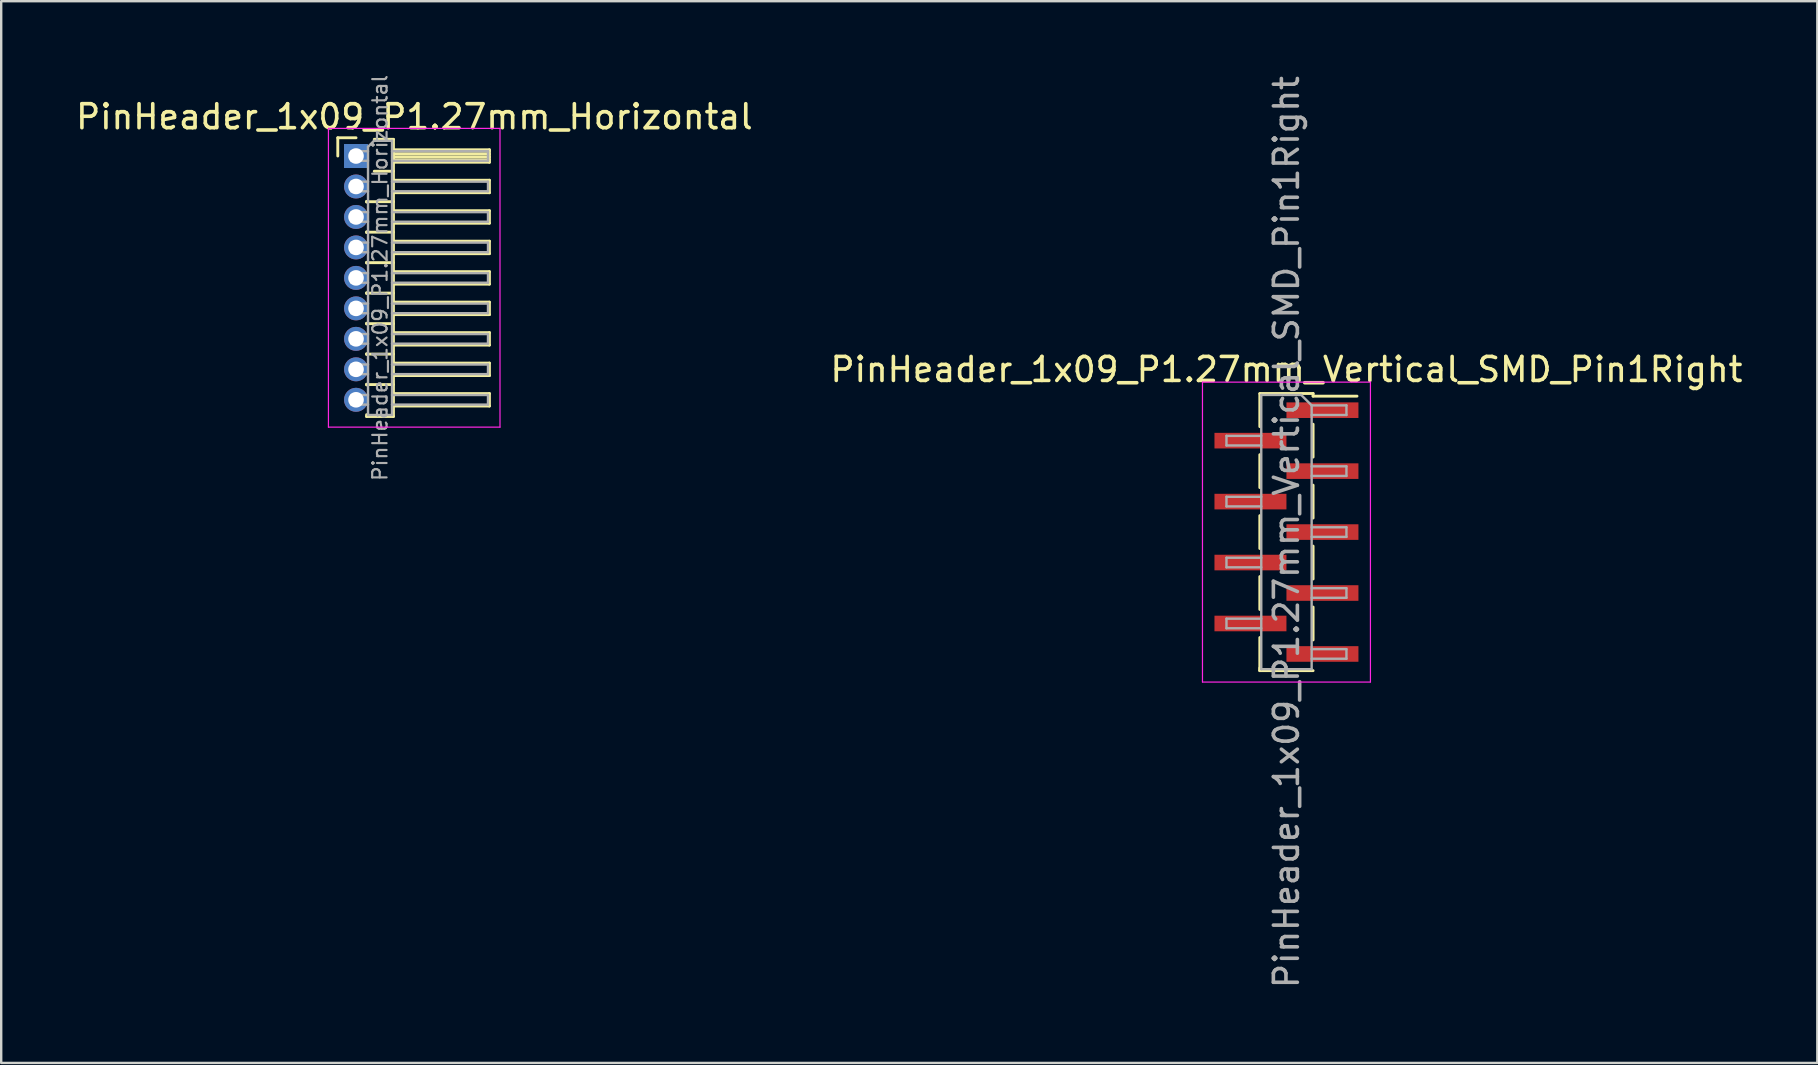
<source format=kicad_pcb>
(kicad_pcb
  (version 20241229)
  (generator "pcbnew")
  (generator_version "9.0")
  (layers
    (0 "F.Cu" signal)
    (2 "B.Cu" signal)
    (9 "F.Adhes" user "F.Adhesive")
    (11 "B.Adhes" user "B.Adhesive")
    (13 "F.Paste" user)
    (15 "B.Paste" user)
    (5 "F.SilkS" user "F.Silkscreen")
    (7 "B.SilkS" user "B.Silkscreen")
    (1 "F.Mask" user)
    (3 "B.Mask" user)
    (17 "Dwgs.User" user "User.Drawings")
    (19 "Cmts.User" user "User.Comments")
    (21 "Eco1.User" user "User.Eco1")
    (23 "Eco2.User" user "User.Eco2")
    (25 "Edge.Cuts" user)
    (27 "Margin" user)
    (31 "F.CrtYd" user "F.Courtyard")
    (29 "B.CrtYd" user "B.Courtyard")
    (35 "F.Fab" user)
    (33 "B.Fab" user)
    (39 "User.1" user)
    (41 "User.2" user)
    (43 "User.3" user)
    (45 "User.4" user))
  (footprint "PinHeader_1x09_P1.27mm_Horizontal"
    (layer "F.Cu")
    (at 11.788 3.452)
    (property "Reference" "PinHeader_1x09_P1.27mm_Horizontal" (at 2.433 -1.635 0) (layer "F.SilkS") (effects (font (size 1 1) (thickness 0.15))))
    (attr through_hole)
    (fp_line (start -0.76 -0.76) (end 0 -0.76) (stroke (width 0.12) (type solid)) (layer "F.SilkS"))
    (fp_line (start -0.76 0) (end -0.76 -0.76) (stroke (width 0.12) (type solid)) (layer "F.SilkS"))
    (fp_line (start 0.44 1.89) (end 0.44 1.92) (stroke (width 0.12) (type solid)) (layer "F.SilkS"))
    (fp_line (start 0.44 1.905) (end 1.56 1.905) (stroke (width 0.12) (type solid)) (layer "F.SilkS"))
    (fp_line (start 0.44 3.16) (end 0.44 3.19) (stroke (width 0.12) (type solid)) (layer "F.SilkS"))
    (fp_line (start 0.44 3.175) (end 1.56 3.175) (stroke (width 0.12) (type solid)) (layer "F.SilkS"))
    (fp_line (start 0.44 4.43) (end 0.44 4.46) (stroke (width 0.12) (type solid)) (layer "F.SilkS"))
    (fp_line (start 0.44 4.445) (end 1.56 4.445) (stroke (width 0.12) (type solid)) (layer "F.SilkS"))
    (fp_line (start 0.44 5.7) (end 0.44 5.73) (stroke (width 0.12) (type solid)) (layer "F.SilkS"))
    (fp_line (start 0.44 5.715) (end 1.56 5.715) (stroke (width 0.12) (type solid)) (layer "F.SilkS"))
    (fp_line (start 0.44 6.97) (end 0.44 7) (stroke (width 0.12) (type solid)) (layer "F.SilkS"))
    (fp_line (start 0.44 6.985) (end 1.56 6.985) (stroke (width 0.12) (type solid)) (layer "F.SilkS"))
    (fp_line (start 0.44 8.24) (end 0.44 8.27) (stroke (width 0.12) (type solid)) (layer "F.SilkS"))
    (fp_line (start 0.44 8.255) (end 1.56 8.255) (stroke (width 0.12) (type solid)) (layer "F.SilkS"))
    (fp_line (start 0.44 9.51) (end 0.44 9.54) (stroke (width 0.12) (type solid)) (layer "F.SilkS"))
    (fp_line (start 0.44 9.525) (end 1.56 9.525) (stroke (width 0.12) (type solid)) (layer "F.SilkS"))
    (fp_line (start 0.44 10.855) (end 0.44 10.78) (stroke (width 0.12) (type solid)) (layer "F.SilkS"))
    (fp_line (start 0.76 -0.695) (end 1.56 -0.695) (stroke (width 0.12) (type solid)) (layer "F.SilkS"))
    (fp_line (start 0.76 0.635) (end 1.56 0.635) (stroke (width 0.12) (type solid)) (layer "F.SilkS"))
    (fp_line (start 1.56 -0.695) (end 1.56 10.855) (stroke (width 0.12) (type solid)) (layer "F.SilkS"))
    (fp_line (start 1.56 -0.26) (end 5.56 -0.26) (stroke (width 0.12) (type solid)) (layer "F.SilkS"))
    (fp_line (start 1.56 -0.2) (end 5.56 -0.2) (stroke (width 0.12) (type solid)) (layer "F.SilkS"))
    (fp_line (start 1.56 -0.08) (end 5.56 -0.08) (stroke (width 0.12) (type solid)) (layer "F.SilkS"))
    (fp_line (start 1.56 0.04) (end 5.56 0.04) (stroke (width 0.12) (type solid)) (layer "F.SilkS"))
    (fp_line (start 1.56 0.16) (end 5.56 0.16) (stroke (width 0.12) (type solid)) (layer "F.SilkS"))
    (fp_line (start 1.56 1.01) (end 5.56 1.01) (stroke (width 0.12) (type solid)) (layer "F.SilkS"))
    (fp_line (start 1.56 2.28) (end 5.56 2.28) (stroke (width 0.12) (type solid)) (layer "F.SilkS"))
    (fp_line (start 1.56 3.55) (end 5.56 3.55) (stroke (width 0.12) (type solid)) (layer "F.SilkS"))
    (fp_line (start 1.56 4.82) (end 5.56 4.82) (stroke (width 0.12) (type solid)) (layer "F.SilkS"))
    (fp_line (start 1.56 6.09) (end 5.56 6.09) (stroke (width 0.12) (type solid)) (layer "F.SilkS"))
    (fp_line (start 1.56 7.36) (end 5.56 7.36) (stroke (width 0.12) (type solid)) (layer "F.SilkS"))
    (fp_line (start 1.56 8.63) (end 5.56 8.63) (stroke (width 0.12) (type solid)) (layer "F.SilkS"))
    (fp_line (start 1.56 9.9) (end 5.56 9.9) (stroke (width 0.12) (type solid)) (layer "F.SilkS"))
    (fp_line (start 1.56 10.855) (end 0.44 10.855) (stroke (width 0.12) (type solid)) (layer "F.SilkS"))
    (fp_line (start 5.56 -0.26) (end 5.56 0.26) (stroke (width 0.12) (type solid)) (layer "F.SilkS"))
    (fp_line (start 5.56 0.26) (end 1.56 0.26) (stroke (width 0.12) (type solid)) (layer "F.SilkS"))
    (fp_line (start 5.56 1.01) (end 5.56 1.53) (stroke (width 0.12) (type solid)) (layer "F.SilkS"))
    (fp_line (start 5.56 1.53) (end 1.56 1.53) (stroke (width 0.12) (type solid)) (layer "F.SilkS"))
    (fp_line (start 5.56 2.28) (end 5.56 2.8) (stroke (width 0.12) (type solid)) (layer "F.SilkS"))
    (fp_line (start 5.56 2.8) (end 1.56 2.8) (stroke (width 0.12) (type solid)) (layer "F.SilkS"))
    (fp_line (start 5.56 3.55) (end 5.56 4.07) (stroke (width 0.12) (type solid)) (layer "F.SilkS"))
    (fp_line (start 5.56 4.07) (end 1.56 4.07) (stroke (width 0.12) (type solid)) (layer "F.SilkS"))
    (fp_line (start 5.56 4.82) (end 5.56 5.34) (stroke (width 0.12) (type solid)) (layer "F.SilkS"))
    (fp_line (start 5.56 5.34) (end 1.56 5.34) (stroke (width 0.12) (type solid)) (layer "F.SilkS"))
    (fp_line (start 5.56 6.09) (end 5.56 6.61) (stroke (width 0.12) (type solid)) (layer "F.SilkS"))
    (fp_line (start 5.56 6.61) (end 1.56 6.61) (stroke (width 0.12) (type solid)) (layer "F.SilkS"))
    (fp_line (start 5.56 7.36) (end 5.56 7.88) (stroke (width 0.12) (type solid)) (layer "F.SilkS"))
    (fp_line (start 5.56 7.88) (end 1.56 7.88) (stroke (width 0.12) (type solid)) (layer "F.SilkS"))
    (fp_line (start 5.56 8.63) (end 5.56 9.15) (stroke (width 0.12) (type solid)) (layer "F.SilkS"))
    (fp_line (start 5.56 9.15) (end 1.56 9.15) (stroke (width 0.12) (type solid)) (layer "F.SilkS"))
    (fp_line (start 5.56 9.9) (end 5.56 10.42) (stroke (width 0.12) (type solid)) (layer "F.SilkS"))
    (fp_line (start 5.56 10.42) (end 1.56 10.42) (stroke (width 0.12) (type solid)) (layer "F.SilkS"))
    (fp_line (start -1.15 -1.15) (end -1.15 11.3) (stroke (width 0.05) (type solid)) (layer "F.CrtYd"))
    (fp_line (start -1.15 11.3) (end 6 11.3) (stroke (width 0.05) (type solid)) (layer "F.CrtYd"))
    (fp_line (start 6 -1.15) (end -1.15 -1.15) (stroke (width 0.05) (type solid)) (layer "F.CrtYd"))
    (fp_line (start 6 11.3) (end 6 -1.15) (stroke (width 0.05) (type solid)) (layer "F.CrtYd"))
    (fp_line (start -0.2 -0.2) (end -0.2 0.2) (stroke (width 0.1) (type solid)) (layer "F.Fab"))
    (fp_line (start -0.2 -0.2) (end 0.5 -0.2) (stroke (width 0.1) (type solid)) (layer "F.Fab"))
    (fp_line (start -0.2 0.2) (end 0.5 0.2) (stroke (width 0.1) (type solid)) (layer "F.Fab"))
    (fp_line (start -0.2 1.07) (end -0.2 1.47) (stroke (width 0.1) (type solid)) (layer "F.Fab"))
    (fp_line (start -0.2 1.07) (end 0.5 1.07) (stroke (width 0.1) (type solid)) (layer "F.Fab"))
    (fp_line (start -0.2 1.47) (end 0.5 1.47) (stroke (width 0.1) (type solid)) (layer "F.Fab"))
    (fp_line (start -0.2 2.34) (end -0.2 2.74) (stroke (width 0.1) (type solid)) (layer "F.Fab"))
    (fp_line (start -0.2 2.34) (end 0.5 2.34) (stroke (width 0.1) (type solid)) (layer "F.Fab"))
    (fp_line (start -0.2 2.74) (end 0.5 2.74) (stroke (width 0.1) (type solid)) (layer "F.Fab"))
    (fp_line (start -0.2 3.61) (end -0.2 4.01) (stroke (width 0.1) (type solid)) (layer "F.Fab"))
    (fp_line (start -0.2 3.61) (end 0.5 3.61) (stroke (width 0.1) (type solid)) (layer "F.Fab"))
    (fp_line (start -0.2 4.01) (end 0.5 4.01) (stroke (width 0.1) (type solid)) (layer "F.Fab"))
    (fp_line (start -0.2 4.88) (end -0.2 5.28) (stroke (width 0.1) (type solid)) (layer "F.Fab"))
    (fp_line (start -0.2 4.88) (end 0.5 4.88) (stroke (width 0.1) (type solid)) (layer "F.Fab"))
    (fp_line (start -0.2 5.28) (end 0.5 5.28) (stroke (width 0.1) (type solid)) (layer "F.Fab"))
    (fp_line (start -0.2 6.15) (end -0.2 6.55) (stroke (width 0.1) (type solid)) (layer "F.Fab"))
    (fp_line (start -0.2 6.15) (end 0.5 6.15) (stroke (width 0.1) (type solid)) (layer "F.Fab"))
    (fp_line (start -0.2 6.55) (end 0.5 6.55) (stroke (width 0.1) (type solid)) (layer "F.Fab"))
    (fp_line (start -0.2 7.42) (end -0.2 7.82) (stroke (width 0.1) (type solid)) (layer "F.Fab"))
    (fp_line (start -0.2 7.42) (end 0.5 7.42) (stroke (width 0.1) (type solid)) (layer "F.Fab"))
    (fp_line (start -0.2 7.82) (end 0.5 7.82) (stroke (width 0.1) (type solid)) (layer "F.Fab"))
    (fp_line (start -0.2 8.69) (end -0.2 9.09) (stroke (width 0.1) (type solid)) (layer "F.Fab"))
    (fp_line (start -0.2 8.69) (end 0.5 8.69) (stroke (width 0.1) (type solid)) (layer "F.Fab"))
    (fp_line (start -0.2 9.09) (end 0.5 9.09) (stroke (width 0.1) (type solid)) (layer "F.Fab"))
    (fp_line (start -0.2 9.96) (end -0.2 10.36) (stroke (width 0.1) (type solid)) (layer "F.Fab"))
    (fp_line (start -0.2 9.96) (end 0.5 9.96) (stroke (width 0.1) (type solid)) (layer "F.Fab"))
    (fp_line (start -0.2 10.36) (end 0.5 10.36) (stroke (width 0.1) (type solid)) (layer "F.Fab"))
    (fp_line (start 0.5 -0.385) (end 0.75 -0.635) (stroke (width 0.1) (type solid)) (layer "F.Fab"))
    (fp_line (start 0.5 10.795) (end 0.5 -0.385) (stroke (width 0.1) (type solid)) (layer "F.Fab"))
    (fp_line (start 0.75 -0.635) (end 1.5 -0.635) (stroke (width 0.1) (type solid)) (layer "F.Fab"))
    (fp_line (start 1.5 -0.635) (end 1.5 10.795) (stroke (width 0.1) (type solid)) (layer "F.Fab"))
    (fp_line (start 1.5 -0.2) (end 5.5 -0.2) (stroke (width 0.1) (type solid)) (layer "F.Fab"))
    (fp_line (start 1.5 0.2) (end 5.5 0.2) (stroke (width 0.1) (type solid)) (layer "F.Fab"))
    (fp_line (start 1.5 1.07) (end 5.5 1.07) (stroke (width 0.1) (type solid)) (layer "F.Fab"))
    (fp_line (start 1.5 1.47) (end 5.5 1.47) (stroke (width 0.1) (type solid)) (layer "F.Fab"))
    (fp_line (start 1.5 2.34) (end 5.5 2.34) (stroke (width 0.1) (type solid)) (layer "F.Fab"))
    (fp_line (start 1.5 2.74) (end 5.5 2.74) (stroke (width 0.1) (type solid)) (layer "F.Fab"))
    (fp_line (start 1.5 3.61) (end 5.5 3.61) (stroke (width 0.1) (type solid)) (layer "F.Fab"))
    (fp_line (start 1.5 4.01) (end 5.5 4.01) (stroke (width 0.1) (type solid)) (layer "F.Fab"))
    (fp_line (start 1.5 4.88) (end 5.5 4.88) (stroke (width 0.1) (type solid)) (layer "F.Fab"))
    (fp_line (start 1.5 5.28) (end 5.5 5.28) (stroke (width 0.1) (type solid)) (layer "F.Fab"))
    (fp_line (start 1.5 6.15) (end 5.5 6.15) (stroke (width 0.1) (type solid)) (layer "F.Fab"))
    (fp_line (start 1.5 6.55) (end 5.5 6.55) (stroke (width 0.1) (type solid)) (layer "F.Fab"))
    (fp_line (start 1.5 7.42) (end 5.5 7.42) (stroke (width 0.1) (type solid)) (layer "F.Fab"))
    (fp_line (start 1.5 7.82) (end 5.5 7.82) (stroke (width 0.1) (type solid)) (layer "F.Fab"))
    (fp_line (start 1.5 8.69) (end 5.5 8.69) (stroke (width 0.1) (type solid)) (layer "F.Fab"))
    (fp_line (start 1.5 9.09) (end 5.5 9.09) (stroke (width 0.1) (type solid)) (layer "F.Fab"))
    (fp_line (start 1.5 9.96) (end 5.5 9.96) (stroke (width 0.1) (type solid)) (layer "F.Fab"))
    (fp_line (start 1.5 10.36) (end 5.5 10.36) (stroke (width 0.1) (type solid)) (layer "F.Fab"))
    (fp_line (start 1.5 10.795) (end 0.5 10.795) (stroke (width 0.1) (type solid)) (layer "F.Fab"))
    (fp_line (start 5.5 -0.2) (end 5.5 0.2) (stroke (width 0.1) (type solid)) (layer "F.Fab"))
    (fp_line (start 5.5 1.07) (end 5.5 1.47) (stroke (width 0.1) (type solid)) (layer "F.Fab"))
    (fp_line (start 5.5 2.34) (end 5.5 2.74) (stroke (width 0.1) (type solid)) (layer "F.Fab"))
    (fp_line (start 5.5 3.61) (end 5.5 4.01) (stroke (width 0.1) (type solid)) (layer "F.Fab"))
    (fp_line (start 5.5 4.88) (end 5.5 5.28) (stroke (width 0.1) (type solid)) (layer "F.Fab"))
    (fp_line (start 5.5 6.15) (end 5.5 6.55) (stroke (width 0.1) (type solid)) (layer "F.Fab"))
    (fp_line (start 5.5 7.42) (end 5.5 7.82) (stroke (width 0.1) (type solid)) (layer "F.Fab"))
    (fp_line (start 5.5 8.69) (end 5.5 9.09) (stroke (width 0.1) (type solid)) (layer "F.Fab"))
    (fp_line (start 5.5 9.96) (end 5.5 10.36) (stroke (width 0.1) (type solid)) (layer "F.Fab"))
    (fp_text user "${REFERENCE}" (at 1 5.08 90) (layer "F.Fab") (effects (font (size 0.6 0.6) (thickness 0.09))))
    (pad "1" thru_hole rect (at 0 0) (size 1 1) (drill 0.65) (layers "*.Cu" "*.Mask"))
    (pad "2" thru_hole oval (at 0 1.27) (size 1 1) (drill 0.65) (layers "*.Cu" "*.Mask"))
    (pad "3" thru_hole oval (at 0 2.54) (size 1 1) (drill 0.65) (layers "*.Cu" "*.Mask"))
    (pad "4" thru_hole oval (at 0 3.81) (size 1 1) (drill 0.65) (layers "*.Cu" "*.Mask"))
    (pad "5" thru_hole oval (at 0 5.08) (size 1 1) (drill 0.65) (layers "*.Cu" "*.Mask"))
    (pad "6" thru_hole oval (at 0 6.35) (size 1 1) (drill 0.65) (layers "*.Cu" "*.Mask"))
    (pad "7" thru_hole oval (at 0 7.62) (size 1 1) (drill 0.65) (layers "*.Cu" "*.Mask"))
    (pad "8" thru_hole oval (at 0 8.89) (size 1 1) (drill 0.65) (layers "*.Cu" "*.Mask"))
    (pad "9" thru_hole oval (at 0 10.16) (size 1 1) (drill 0.65) (layers "*.Cu" "*.Mask")))
  (footprint "PinHeader_1x09_P1.27mm_Vertical_SMD_Pin1Right"
    (layer "F.Cu")
    (at 50.565 19.125)
    (property "Reference" "PinHeader_1x09_P1.27mm_Vertical_SMD_Pin1Right" (at 0 -6.775 0) (layer "F.SilkS") (effects (font (size 1 1) (thickness 0.15))))
    (attr smd)
    (fp_line (start -1.11 -5.775) (end 1.11 -5.775) (stroke (width 0.12) (type solid)) (layer "F.SilkS"))
    (fp_line (start -1.11 -5.765) (end -1.11 -4.395) (stroke (width 0.12) (type solid)) (layer "F.SilkS"))
    (fp_line (start -1.11 -3.225) (end -1.11 -1.855) (stroke (width 0.12) (type solid)) (layer "F.SilkS"))
    (fp_line (start -1.11 -0.685) (end -1.11 0.685) (stroke (width 0.12) (type solid)) (layer "F.SilkS"))
    (fp_line (start -1.11 1.855) (end -1.11 3.225) (stroke (width 0.12) (type solid)) (layer "F.SilkS"))
    (fp_line (start -1.11 4.395) (end -1.11 5.765) (stroke (width 0.12) (type solid)) (layer "F.SilkS"))
    (fp_line (start -1.11 5.665) (end -1.11 5.775) (stroke (width 0.12) (type solid)) (layer "F.SilkS"))
    (fp_line (start -1.11 5.775) (end 1.11 5.775) (stroke (width 0.12) (type solid)) (layer "F.SilkS"))
    (fp_line (start 1.11 -5.775) (end 1.11 -5.665) (stroke (width 0.12) (type solid)) (layer "F.SilkS"))
    (fp_line (start 1.11 -5.665) (end 2.94 -5.665) (stroke (width 0.12) (type solid)) (layer "F.SilkS"))
    (fp_line (start 1.11 -4.495) (end 1.11 -3.125) (stroke (width 0.12) (type solid)) (layer "F.SilkS"))
    (fp_line (start 1.11 -1.955) (end 1.11 -0.585) (stroke (width 0.12) (type solid)) (layer "F.SilkS"))
    (fp_line (start 1.11 0.585) (end 1.11 1.955) (stroke (width 0.12) (type solid)) (layer "F.SilkS"))
    (fp_line (start 1.11 3.125) (end 1.11 4.495) (stroke (width 0.12) (type solid)) (layer "F.SilkS"))
    (fp_line (start -3.5 -6.25) (end -3.5 6.25) (stroke (width 0.05) (type solid)) (layer "F.CrtYd"))
    (fp_line (start -3.5 6.25) (end 3.5 6.25) (stroke (width 0.05) (type solid)) (layer "F.CrtYd"))
    (fp_line (start 3.5 -6.25) (end -3.5 -6.25) (stroke (width 0.05) (type solid)) (layer "F.CrtYd"))
    (fp_line (start 3.5 6.25) (end 3.5 -6.25) (stroke (width 0.05) (type solid)) (layer "F.CrtYd"))
    (fp_line (start -2.5 -4.01) (end -2.5 -3.61) (stroke (width 0.1) (type solid)) (layer "F.Fab"))
    (fp_line (start -2.5 -3.61) (end -1.05 -3.61) (stroke (width 0.1) (type solid)) (layer "F.Fab"))
    (fp_line (start -2.5 -1.47) (end -2.5 -1.07) (stroke (width 0.1) (type solid)) (layer "F.Fab"))
    (fp_line (start -2.5 -1.07) (end -1.05 -1.07) (stroke (width 0.1) (type solid)) (layer "F.Fab"))
    (fp_line (start -2.5 1.07) (end -2.5 1.47) (stroke (width 0.1) (type solid)) (layer "F.Fab"))
    (fp_line (start -2.5 1.47) (end -1.05 1.47) (stroke (width 0.1) (type solid)) (layer "F.Fab"))
    (fp_line (start -2.5 3.61) (end -2.5 4.01) (stroke (width 0.1) (type solid)) (layer "F.Fab"))
    (fp_line (start -2.5 4.01) (end -1.05 4.01) (stroke (width 0.1) (type solid)) (layer "F.Fab"))
    (fp_line (start -1.05 -5.715) (end -1.05 5.715) (stroke (width 0.1) (type solid)) (layer "F.Fab"))
    (fp_line (start -1.05 -5.715) (end 0.615 -5.715) (stroke (width 0.1) (type solid)) (layer "F.Fab"))
    (fp_line (start -1.05 -4.01) (end -2.5 -4.01) (stroke (width 0.1) (type solid)) (layer "F.Fab"))
    (fp_line (start -1.05 -1.47) (end -2.5 -1.47) (stroke (width 0.1) (type solid)) (layer "F.Fab"))
    (fp_line (start -1.05 1.07) (end -2.5 1.07) (stroke (width 0.1) (type solid)) (layer "F.Fab"))
    (fp_line (start -1.05 3.61) (end -2.5 3.61) (stroke (width 0.1) (type solid)) (layer "F.Fab"))
    (fp_line (start 1.05 -5.28) (end 0.615 -5.715) (stroke (width 0.1) (type solid)) (layer "F.Fab"))
    (fp_line (start 1.05 -5.28) (end 2.5 -5.28) (stroke (width 0.1) (type solid)) (layer "F.Fab"))
    (fp_line (start 1.05 -2.74) (end 2.5 -2.74) (stroke (width 0.1) (type solid)) (layer "F.Fab"))
    (fp_line (start 1.05 -0.2) (end 2.5 -0.2) (stroke (width 0.1) (type solid)) (layer "F.Fab"))
    (fp_line (start 1.05 2.34) (end 2.5 2.34) (stroke (width 0.1) (type solid)) (layer "F.Fab"))
    (fp_line (start 1.05 4.88) (end 2.5 4.88) (stroke (width 0.1) (type solid)) (layer "F.Fab"))
    (fp_line (start 1.05 5.715) (end -1.05 5.715) (stroke (width 0.1) (type solid)) (layer "F.Fab"))
    (fp_line (start 1.05 5.715) (end 1.05 -5.28) (stroke (width 0.1) (type solid)) (layer "F.Fab"))
    (fp_line (start 2.5 -5.28) (end 2.5 -4.88) (stroke (width 0.1) (type solid)) (layer "F.Fab"))
    (fp_line (start 2.5 -4.88) (end 1.05 -4.88) (stroke (width 0.1) (type solid)) (layer "F.Fab"))
    (fp_line (start 2.5 -2.74) (end 2.5 -2.34) (stroke (width 0.1) (type solid)) (layer "F.Fab"))
    (fp_line (start 2.5 -2.34) (end 1.05 -2.34) (stroke (width 0.1) (type solid)) (layer "F.Fab"))
    (fp_line (start 2.5 -0.2) (end 2.5 0.2) (stroke (width 0.1) (type solid)) (layer "F.Fab"))
    (fp_line (start 2.5 0.2) (end 1.05 0.2) (stroke (width 0.1) (type solid)) (layer "F.Fab"))
    (fp_line (start 2.5 2.34) (end 2.5 2.74) (stroke (width 0.1) (type solid)) (layer "F.Fab"))
    (fp_line (start 2.5 2.74) (end 1.05 2.74) (stroke (width 0.1) (type solid)) (layer "F.Fab"))
    (fp_line (start 2.5 4.88) (end 2.5 5.28) (stroke (width 0.1) (type solid)) (layer "F.Fab"))
    (fp_line (start 2.5 5.28) (end 1.05 5.28) (stroke (width 0.1) (type solid)) (layer "F.Fab"))
    (fp_text user "${REFERENCE}" (at 0 0 90) (layer "F.Fab") (effects (font (size 1 1) (thickness 0.15))))
    (pad "1" smd rect (at 1.5 -5.08) (size 3 0.65) (layers "F.Cu" "F.Mask" "F.Paste"))
    (pad "2" smd rect (at -1.5 -3.81) (size 3 0.65) (layers "F.Cu" "F.Mask" "F.Paste"))
    (pad "3" smd rect (at 1.5 -2.54) (size 3 0.65) (layers "F.Cu" "F.Mask" "F.Paste"))
    (pad "4" smd rect (at -1.5 -1.27) (size 3 0.65) (layers "F.Cu" "F.Mask" "F.Paste"))
    (pad "5" smd rect (at 1.5 0) (size 3 0.65) (layers "F.Cu" "F.Mask" "F.Paste"))
    (pad "6" smd rect (at -1.5 1.27) (size 3 0.65) (layers "F.Cu" "F.Mask" "F.Paste"))
    (pad "7" smd rect (at 1.5 2.54) (size 3 0.65) (layers "F.Cu" "F.Mask" "F.Paste"))
    (pad "8" smd rect (at -1.5 3.81) (size 3 0.65) (layers "F.Cu" "F.Mask" "F.Paste"))
    (pad "9" smd rect (at 1.5 5.08) (size 3 0.65) (layers "F.Cu" "F.Mask" "F.Paste")))
  (gr_rect
    (start -3 -3)
    (end 72.69 41.25)
    (stroke (width 0.1) (type default))
    (fill no)
    (layer "Edge.Cuts")))
</source>
